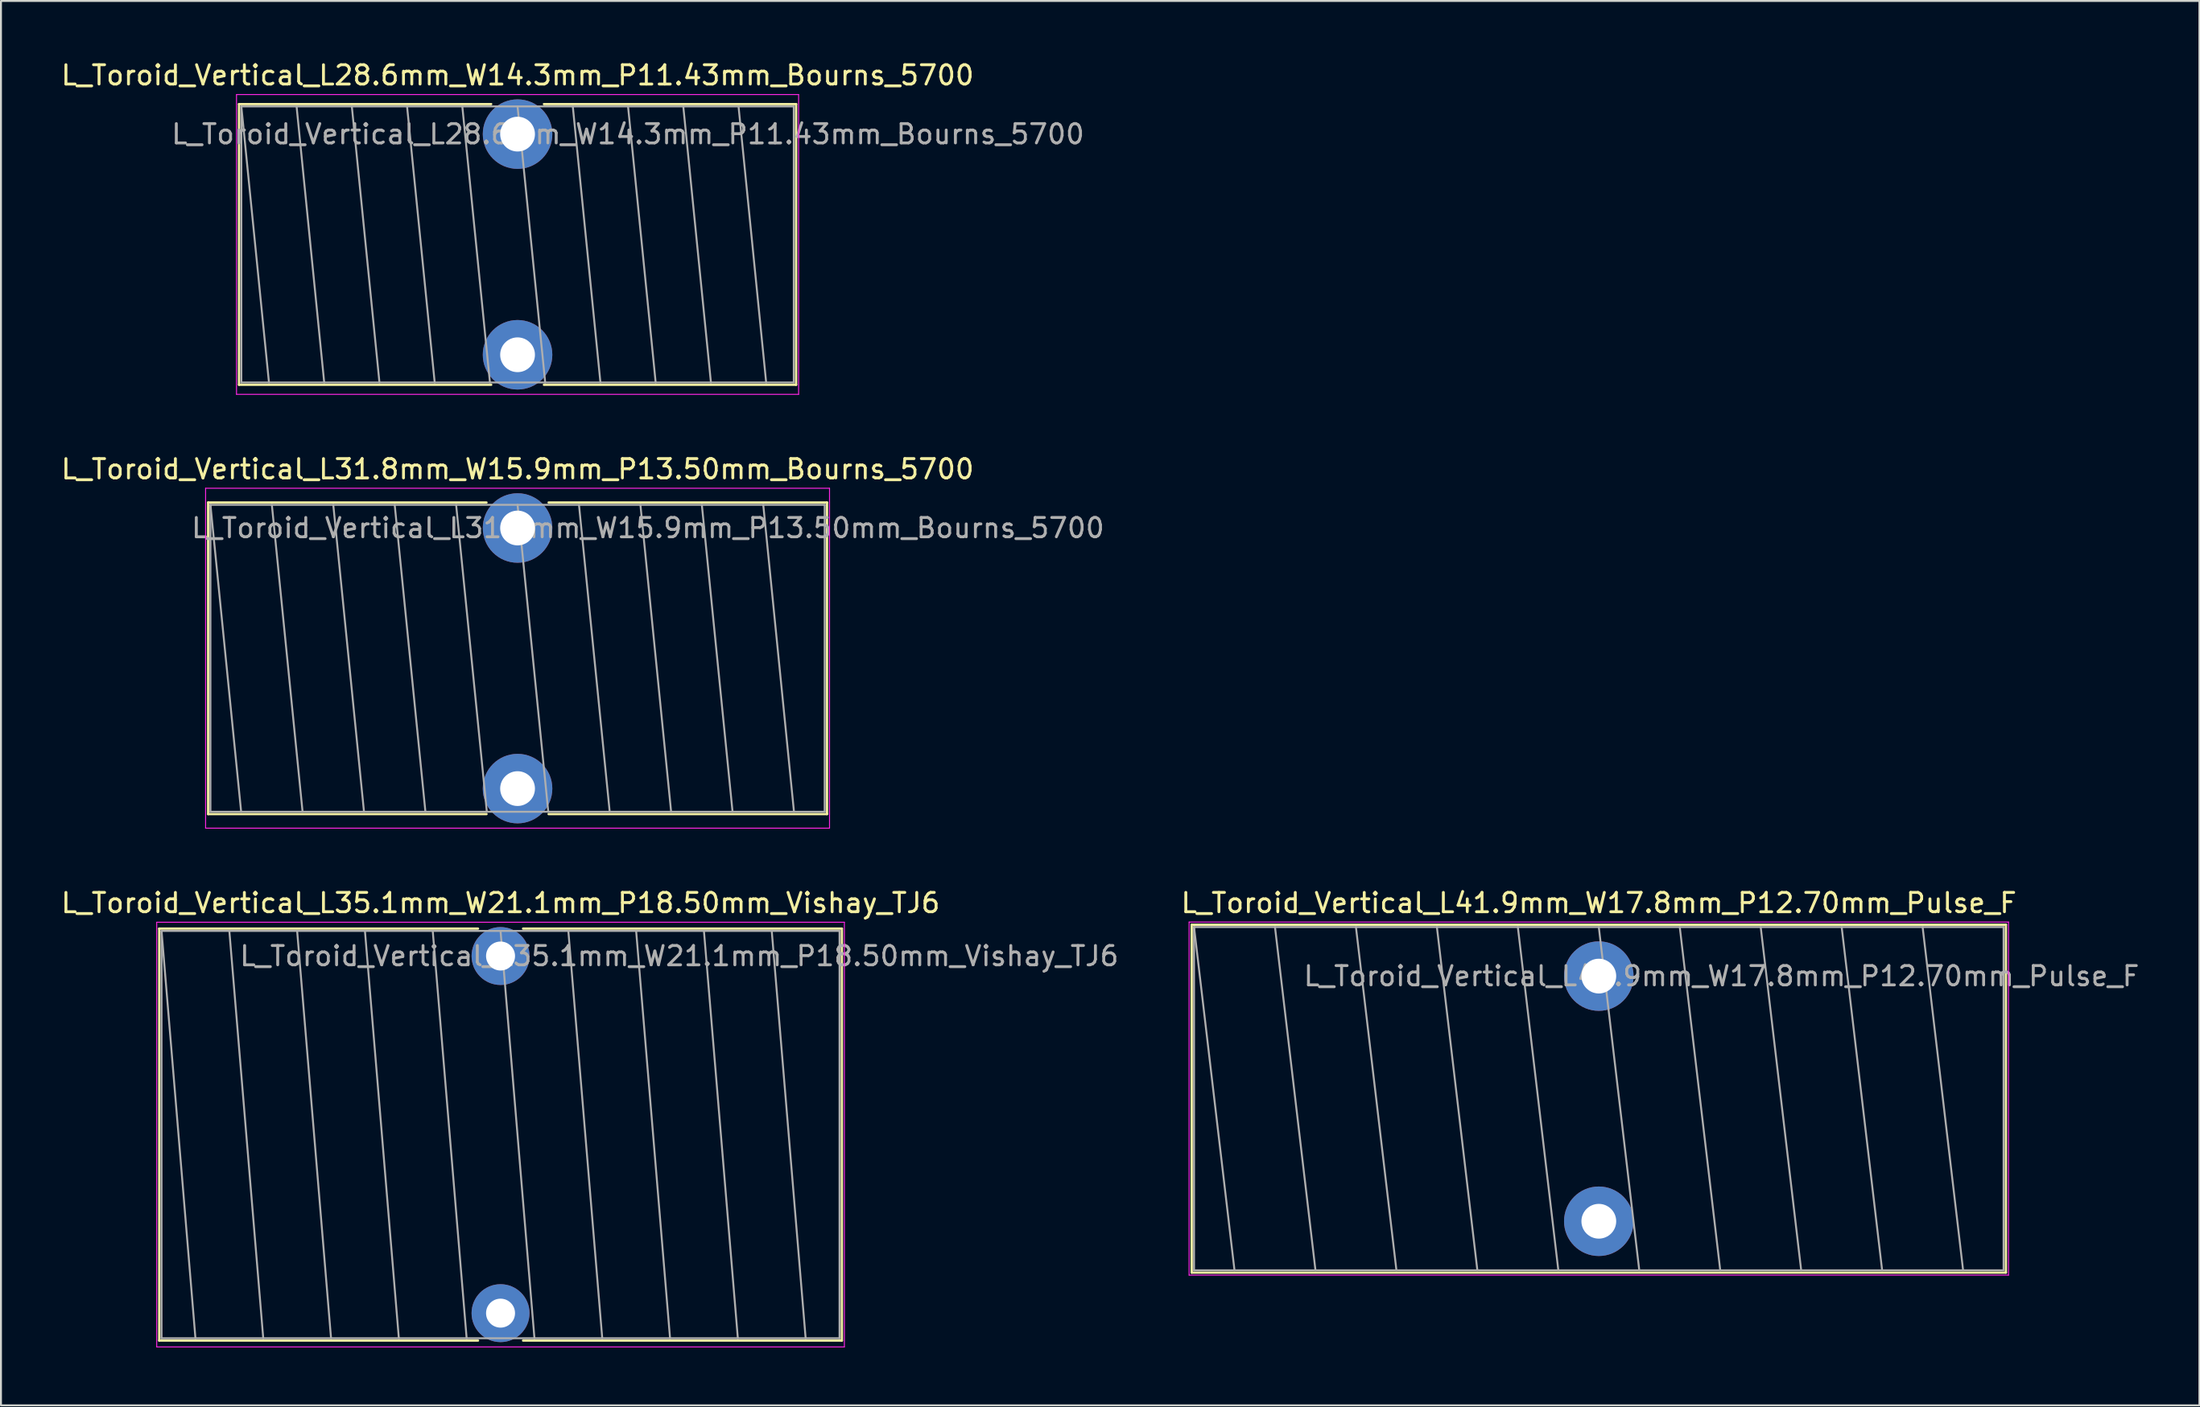
<source format=kicad_pcb>
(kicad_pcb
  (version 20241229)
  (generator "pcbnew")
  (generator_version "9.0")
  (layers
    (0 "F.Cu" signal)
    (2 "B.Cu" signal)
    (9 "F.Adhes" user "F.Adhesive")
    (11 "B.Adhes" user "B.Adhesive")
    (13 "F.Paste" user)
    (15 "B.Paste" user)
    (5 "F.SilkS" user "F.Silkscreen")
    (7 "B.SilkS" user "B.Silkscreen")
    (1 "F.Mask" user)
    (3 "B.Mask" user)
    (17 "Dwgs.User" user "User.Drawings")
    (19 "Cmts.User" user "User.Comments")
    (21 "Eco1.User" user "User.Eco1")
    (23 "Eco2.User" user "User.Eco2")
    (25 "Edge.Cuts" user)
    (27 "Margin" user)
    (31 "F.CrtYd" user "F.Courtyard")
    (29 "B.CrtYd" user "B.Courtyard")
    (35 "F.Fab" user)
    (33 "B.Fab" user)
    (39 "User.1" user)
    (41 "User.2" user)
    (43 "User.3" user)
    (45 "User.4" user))
  (footprint "L_Toroid_Vertical_L31.8mm_W15.9mm_P13.50mm_Bourns_5700"
    (layer "F.Cu")
    (at 23.744 24.302)
    (property "Reference" "L_Toroid_Vertical_L31.8mm_W15.9mm_P13.50mm_Bourns_5700" (at 0 -3.05 0) (layer "F.SilkS") (effects (font (size 1 1) (thickness 0.15))))
    (attr through_hole)
    (fp_line (start -16.02 -1.32) (end -16.02 14.82) (stroke (width 0.12) (type solid)) (layer "F.SilkS"))
    (fp_line (start -16.02 -1.32) (end -1.608 -1.32) (stroke (width 0.12) (type solid)) (layer "F.SilkS"))
    (fp_line (start -16.02 14.82) (end -1.608 14.82) (stroke (width 0.12) (type solid)) (layer "F.SilkS"))
    (fp_line (start 1.608 -1.32) (end 16.02 -1.32) (stroke (width 0.12) (type solid)) (layer "F.SilkS"))
    (fp_line (start 1.608 14.82) (end 16.02 14.82) (stroke (width 0.12) (type solid)) (layer "F.SilkS"))
    (fp_line (start 16.02 -1.32) (end 16.02 14.82) (stroke (width 0.12) (type solid)) (layer "F.SilkS"))
    (fp_line (start -16.15 -2.06) (end -16.15 15.55) (stroke (width 0.05) (type solid)) (layer "F.CrtYd"))
    (fp_line (start -16.15 15.55) (end 16.15 15.55) (stroke (width 0.05) (type solid)) (layer "F.CrtYd"))
    (fp_line (start 16.15 -2.06) (end -16.15 -2.06) (stroke (width 0.05) (type solid)) (layer "F.CrtYd"))
    (fp_line (start 16.15 15.55) (end 16.15 -2.06) (stroke (width 0.05) (type solid)) (layer "F.CrtYd"))
    (fp_line (start -15.9 -1.2) (end -15.9 14.7) (stroke (width 0.1) (type solid)) (layer "F.Fab"))
    (fp_line (start -15.9 -1.2) (end -14.31 14.7) (stroke (width 0.1) (type solid)) (layer "F.Fab"))
    (fp_line (start -15.9 14.7) (end 15.9 14.7) (stroke (width 0.1) (type solid)) (layer "F.Fab"))
    (fp_line (start -12.72 -1.2) (end -11.13 14.7) (stroke (width 0.1) (type solid)) (layer "F.Fab"))
    (fp_line (start -9.54 -1.2) (end -7.95 14.7) (stroke (width 0.1) (type solid)) (layer "F.Fab"))
    (fp_line (start -6.36 -1.2) (end -4.77 14.7) (stroke (width 0.1) (type solid)) (layer "F.Fab"))
    (fp_line (start -3.18 -1.2) (end -1.59 14.7) (stroke (width 0.1) (type solid)) (layer "F.Fab"))
    (fp_line (start 0 -1.2) (end 1.59 14.7) (stroke (width 0.1) (type solid)) (layer "F.Fab"))
    (fp_line (start 3.18 -1.2) (end 4.77 14.7) (stroke (width 0.1) (type solid)) (layer "F.Fab"))
    (fp_line (start 6.36 -1.2) (end 7.95 14.7) (stroke (width 0.1) (type solid)) (layer "F.Fab"))
    (fp_line (start 9.54 -1.2) (end 11.13 14.7) (stroke (width 0.1) (type solid)) (layer "F.Fab"))
    (fp_line (start 12.72 -1.2) (end 14.31 14.7) (stroke (width 0.1) (type solid)) (layer "F.Fab"))
    (fp_line (start 15.9 -1.2) (end -15.9 -1.2) (stroke (width 0.1) (type solid)) (layer "F.Fab"))
    (fp_line (start 15.9 14.7) (end 15.9 -1.2) (stroke (width 0.1) (type solid)) (layer "F.Fab"))
    (fp_text user "${REFERENCE}" (at 6.75 0 0) (layer "F.Fab") (effects (font (size 1 1) (thickness 0.15))))
    (pad "1" thru_hole circle (at 0 0) (size 3.6 3.6) (drill 1.8) (layers "*.Cu" "*.Mask"))
    (pad "2" thru_hole circle (at 0 13.5) (size 3.6 3.6) (drill 1.8) (layers "*.Cu" "*.Mask")))
  (footprint "L_Toroid_Vertical_L28.6mm_W14.3mm_P11.43mm_Bourns_5700"
    (layer "F.Cu")
    (at 23.744 3.898)
    (property "Reference" "L_Toroid_Vertical_L28.6mm_W14.3mm_P11.43mm_Bourns_5700" (at 0 -3.05 0) (layer "F.SilkS") (effects (font (size 1 1) (thickness 0.15))))
    (attr through_hole)
    (fp_line (start -14.42 -1.555) (end -14.42 12.985) (stroke (width 0.12) (type solid)) (layer "F.SilkS"))
    (fp_line (start -14.42 -1.555) (end -1.365 -1.555) (stroke (width 0.12) (type solid)) (layer "F.SilkS"))
    (fp_line (start -14.42 12.985) (end -1.365 12.985) (stroke (width 0.12) (type solid)) (layer "F.SilkS"))
    (fp_line (start 1.365 -1.555) (end 14.42 -1.555) (stroke (width 0.12) (type solid)) (layer "F.SilkS"))
    (fp_line (start 1.365 12.985) (end 14.42 12.985) (stroke (width 0.12) (type solid)) (layer "F.SilkS"))
    (fp_line (start 14.42 -1.555) (end 14.42 12.985) (stroke (width 0.12) (type solid)) (layer "F.SilkS"))
    (fp_line (start -14.55 -2.05) (end -14.55 13.48) (stroke (width 0.05) (type solid)) (layer "F.CrtYd"))
    (fp_line (start -14.55 13.48) (end 14.55 13.48) (stroke (width 0.05) (type solid)) (layer "F.CrtYd"))
    (fp_line (start 14.55 -2.05) (end -14.55 -2.05) (stroke (width 0.05) (type solid)) (layer "F.CrtYd"))
    (fp_line (start 14.55 13.48) (end 14.55 -2.05) (stroke (width 0.05) (type solid)) (layer "F.CrtYd"))
    (fp_line (start -14.3 -1.435) (end -14.3 12.865) (stroke (width 0.1) (type solid)) (layer "F.Fab"))
    (fp_line (start -14.3 -1.435) (end -12.87 12.865) (stroke (width 0.1) (type solid)) (layer "F.Fab"))
    (fp_line (start -14.3 12.865) (end 14.3 12.865) (stroke (width 0.1) (type solid)) (layer "F.Fab"))
    (fp_line (start -11.44 -1.435) (end -10.01 12.865) (stroke (width 0.1) (type solid)) (layer "F.Fab"))
    (fp_line (start -8.58 -1.435) (end -7.15 12.865) (stroke (width 0.1) (type solid)) (layer "F.Fab"))
    (fp_line (start -5.72 -1.435) (end -4.29 12.865) (stroke (width 0.1) (type solid)) (layer "F.Fab"))
    (fp_line (start -2.86 -1.435) (end -1.43 12.865) (stroke (width 0.1) (type solid)) (layer "F.Fab"))
    (fp_line (start 0 -1.435) (end 1.43 12.865) (stroke (width 0.1) (type solid)) (layer "F.Fab"))
    (fp_line (start 2.86 -1.435) (end 4.29 12.865) (stroke (width 0.1) (type solid)) (layer "F.Fab"))
    (fp_line (start 5.72 -1.435) (end 7.15 12.865) (stroke (width 0.1) (type solid)) (layer "F.Fab"))
    (fp_line (start 8.58 -1.435) (end 10.01 12.865) (stroke (width 0.1) (type solid)) (layer "F.Fab"))
    (fp_line (start 11.44 -1.435) (end 12.87 12.865) (stroke (width 0.1) (type solid)) (layer "F.Fab"))
    (fp_line (start 14.3 -1.435) (end -14.3 -1.435) (stroke (width 0.1) (type solid)) (layer "F.Fab"))
    (fp_line (start 14.3 12.865) (end 14.3 -1.435) (stroke (width 0.1) (type solid)) (layer "F.Fab"))
    (fp_text user "${REFERENCE}" (at 5.715 0 0) (layer "F.Fab") (effects (font (size 1 1) (thickness 0.15))))
    (pad "1" thru_hole circle (at 0 0) (size 3.6 3.6) (drill 1.8) (layers "*.Cu" "*.Mask"))
    (pad "2" thru_hole circle (at 0 11.43) (size 3.6 3.6) (drill 1.8) (layers "*.Cu" "*.Mask")))
  (footprint "L_Toroid_Vertical_L41.9mm_W17.8mm_P12.70mm_Pulse_F"
    (layer "F.Cu")
    (at 79.72 47.515)
    (property "Reference" "L_Toroid_Vertical_L41.9mm_W17.8mm_P12.70mm_Pulse_F" (at 0 -3.79 0) (layer "F.SilkS") (effects (font (size 1 1) (thickness 0.15))))
    (attr through_hole)
    (fp_line (start -21.075 -2.66) (end -21.075 15.36) (stroke (width 0.12) (type solid)) (layer "F.SilkS"))
    (fp_line (start -21.075 -2.66) (end 21.075 -2.66) (stroke (width 0.12) (type solid)) (layer "F.SilkS"))
    (fp_line (start -21.075 15.36) (end 21.075 15.36) (stroke (width 0.12) (type solid)) (layer "F.SilkS"))
    (fp_line (start 21.075 -2.66) (end 21.075 15.36) (stroke (width 0.12) (type solid)) (layer "F.SilkS"))
    (fp_line (start -21.21 -2.8) (end -21.21 15.49) (stroke (width 0.05) (type solid)) (layer "F.CrtYd"))
    (fp_line (start -21.21 15.49) (end 21.21 15.49) (stroke (width 0.05) (type solid)) (layer "F.CrtYd"))
    (fp_line (start 21.21 -2.8) (end -21.21 -2.8) (stroke (width 0.05) (type solid)) (layer "F.CrtYd"))
    (fp_line (start 21.21 15.49) (end 21.21 -2.8) (stroke (width 0.05) (type solid)) (layer "F.CrtYd"))
    (fp_line (start -20.955 -2.54) (end -20.955 15.24) (stroke (width 0.1) (type solid)) (layer "F.Fab"))
    (fp_line (start -20.955 -2.54) (end -18.86 15.24) (stroke (width 0.1) (type solid)) (layer "F.Fab"))
    (fp_line (start -20.955 15.24) (end 20.955 15.24) (stroke (width 0.1) (type solid)) (layer "F.Fab"))
    (fp_line (start -16.764 -2.54) (end -14.668 15.24) (stroke (width 0.1) (type solid)) (layer "F.Fab"))
    (fp_line (start -12.573 -2.54) (end -10.477 15.24) (stroke (width 0.1) (type solid)) (layer "F.Fab"))
    (fp_line (start -8.382 -2.54) (end -6.287 15.24) (stroke (width 0.1) (type solid)) (layer "F.Fab"))
    (fp_line (start -4.191 -2.54) (end -2.095 15.24) (stroke (width 0.1) (type solid)) (layer "F.Fab"))
    (fp_line (start 0 -2.54) (end 2.095 15.24) (stroke (width 0.1) (type solid)) (layer "F.Fab"))
    (fp_line (start 4.191 -2.54) (end 6.287 15.24) (stroke (width 0.1) (type solid)) (layer "F.Fab"))
    (fp_line (start 8.382 -2.54) (end 10.477 15.24) (stroke (width 0.1) (type solid)) (layer "F.Fab"))
    (fp_line (start 12.573 -2.54) (end 14.668 15.24) (stroke (width 0.1) (type solid)) (layer "F.Fab"))
    (fp_line (start 16.764 -2.54) (end 18.86 15.24) (stroke (width 0.1) (type solid)) (layer "F.Fab"))
    (fp_line (start 20.955 -2.54) (end -20.955 -2.54) (stroke (width 0.1) (type solid)) (layer "F.Fab"))
    (fp_line (start 20.955 15.24) (end 20.955 -2.54) (stroke (width 0.1) (type solid)) (layer "F.Fab"))
    (fp_text user "${REFERENCE}" (at 6.35 0 0) (layer "F.Fab") (effects (font (size 1 1) (thickness 0.15))))
    (pad "1" thru_hole circle (at 0 0) (size 3.6 3.6) (drill 1.8) (layers "*.Cu" "*.Mask"))
    (pad "2" thru_hole circle (at 0 12.7) (size 3.6 3.6) (drill 1.8) (layers "*.Cu" "*.Mask")))
  (footprint "L_Toroid_Vertical_L35.1mm_W21.1mm_P18.50mm_Vishay_TJ6"
    (layer "F.Cu")
    (at 22.863 46.475)
    (property "Reference" "L_Toroid_Vertical_L35.1mm_W21.1mm_P18.50mm_Vishay_TJ6" (at 0 -2.75 0) (layer "F.SilkS") (effects (font (size 1 1) (thickness 0.15))))
    (attr through_hole)
    (fp_line (start -17.67 -1.42) (end -17.67 19.92) (stroke (width 0.12) (type solid)) (layer "F.SilkS"))
    (fp_line (start -17.67 -1.42) (end -1.166 -1.42) (stroke (width 0.12) (type solid)) (layer "F.SilkS"))
    (fp_line (start -17.67 19.92) (end -1.166 19.92) (stroke (width 0.12) (type solid)) (layer "F.SilkS"))
    (fp_line (start 1.166 -1.42) (end 17.67 -1.42) (stroke (width 0.12) (type solid)) (layer "F.SilkS"))
    (fp_line (start 1.166 19.92) (end 17.67 19.92) (stroke (width 0.12) (type solid)) (layer "F.SilkS"))
    (fp_line (start 17.67 -1.42) (end 17.67 19.92) (stroke (width 0.12) (type solid)) (layer "F.SilkS"))
    (fp_line (start -17.8 -1.75) (end -17.8 20.25) (stroke (width 0.05) (type solid)) (layer "F.CrtYd"))
    (fp_line (start -17.8 20.25) (end 17.8 20.25) (stroke (width 0.05) (type solid)) (layer "F.CrtYd"))
    (fp_line (start 17.8 -1.75) (end -17.8 -1.75) (stroke (width 0.05) (type solid)) (layer "F.CrtYd"))
    (fp_line (start 17.8 20.25) (end 17.8 -1.75) (stroke (width 0.05) (type solid)) (layer "F.CrtYd"))
    (fp_line (start -17.55 -1.3) (end -17.55 19.8) (stroke (width 0.1) (type solid)) (layer "F.Fab"))
    (fp_line (start -17.55 -1.3) (end -15.795 19.8) (stroke (width 0.1) (type solid)) (layer "F.Fab"))
    (fp_line (start -17.55 19.8) (end 17.55 19.8) (stroke (width 0.1) (type solid)) (layer "F.Fab"))
    (fp_line (start -14.04 -1.3) (end -12.285 19.8) (stroke (width 0.1) (type solid)) (layer "F.Fab"))
    (fp_line (start -10.53 -1.3) (end -8.775 19.8) (stroke (width 0.1) (type solid)) (layer "F.Fab"))
    (fp_line (start -7.02 -1.3) (end -5.265 19.8) (stroke (width 0.1) (type solid)) (layer "F.Fab"))
    (fp_line (start -3.51 -1.3) (end -1.755 19.8) (stroke (width 0.1) (type solid)) (layer "F.Fab"))
    (fp_line (start 0 -1.3) (end 1.755 19.8) (stroke (width 0.1) (type solid)) (layer "F.Fab"))
    (fp_line (start 3.51 -1.3) (end 5.265 19.8) (stroke (width 0.1) (type solid)) (layer "F.Fab"))
    (fp_line (start 7.02 -1.3) (end 8.775 19.8) (stroke (width 0.1) (type solid)) (layer "F.Fab"))
    (fp_line (start 10.53 -1.3) (end 12.285 19.8) (stroke (width 0.1) (type solid)) (layer "F.Fab"))
    (fp_line (start 14.04 -1.3) (end 15.795 19.8) (stroke (width 0.1) (type solid)) (layer "F.Fab"))
    (fp_line (start 17.55 -1.3) (end -17.55 -1.3) (stroke (width 0.1) (type solid)) (layer "F.Fab"))
    (fp_line (start 17.55 19.8) (end 17.55 -1.3) (stroke (width 0.1) (type solid)) (layer "F.Fab"))
    (fp_text user "${REFERENCE}" (at 9.25 0 0) (layer "F.Fab") (effects (font (size 1 1) (thickness 0.15))))
    (pad "1" thru_hole circle (at 0 0) (size 3 3) (drill 1.5) (layers "*.Cu" "*.Mask"))
    (pad "2" thru_hole circle (at 0 18.5) (size 3 3) (drill 1.5) (layers "*.Cu" "*.Mask")))
  (gr_rect
    (start -3 -3)
    (end 110.814 69.75)
    (stroke (width 0.1) (type default))
    (fill no)
    (layer "Edge.Cuts")))
</source>
